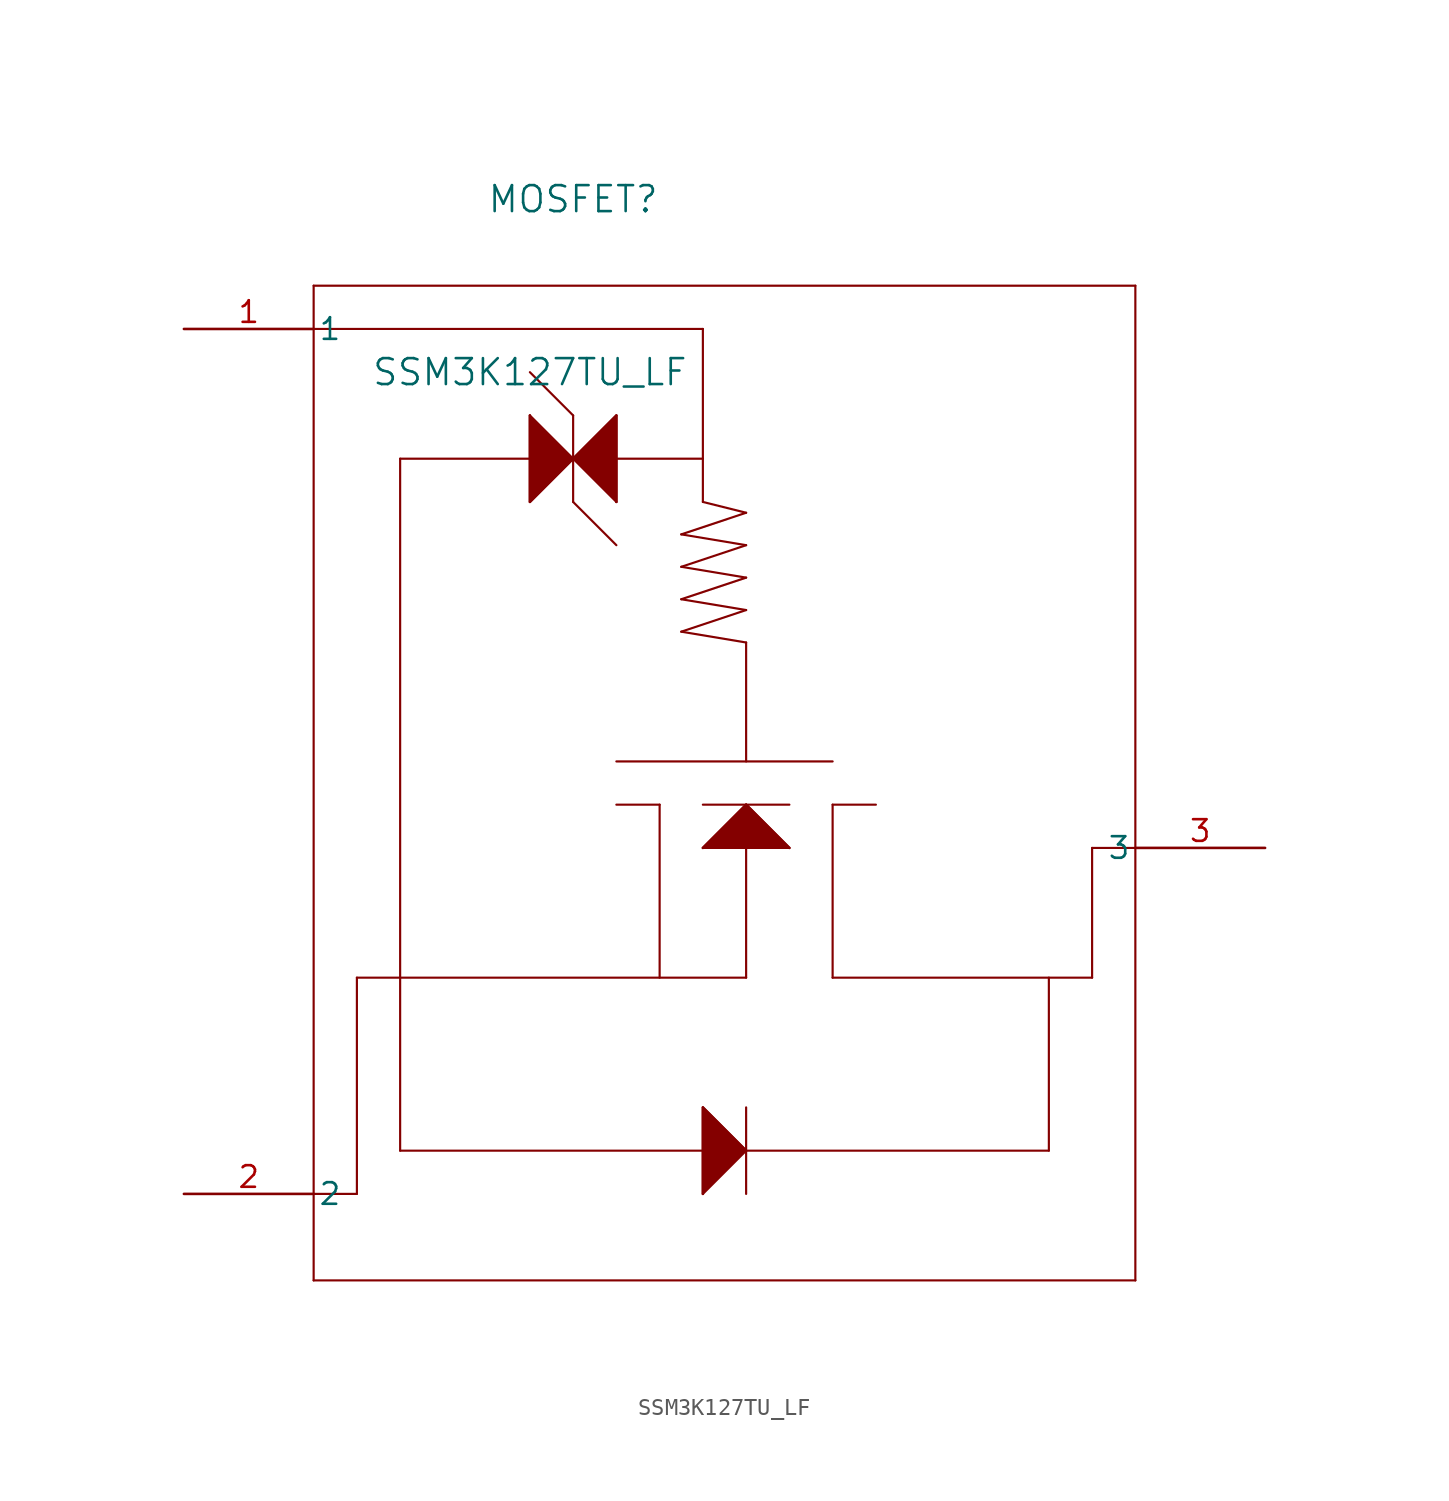
<source format=kicad_sym>
(kicad_symbol_lib
  (version 20211014)
  (generator kicad_symbol_editor)
  (symbol "SSM3K127TU_LF"
    (pin_names
      (offset 0.254))
    (property "Reference" "MOSFET"
      (at 22.86 7.62 0)
      (effects (font (size 1.524 1.524))))
    (property "Value" "SSM3K127TU_LF"
      (at 20.32 -2.54 0)
      (effects (font (size 1.524 1.524))))
    (symbol "SSM3K127TU_LF_0_1"
      (polyline (pts (xy 7.62 2.54) (xy 7.62 -55.88)) (stroke (width 0.127) (type default) (color 0 0 0 0)) (fill (type none)))
      (polyline (pts (xy 7.62 -55.88) (xy 55.88 -55.88)) (stroke (width 0.127) (type default) (color 0 0 0 0)) (fill (type none)))
      (polyline (pts (xy 55.88 -55.88) (xy 55.88 2.54)) (stroke (width 0.127) (type default) (color 0 0 0 0)) (fill (type none)))
      (polyline (pts (xy 55.88 2.54) (xy 7.62 2.54)) (stroke (width 0.127) (type default) (color 0 0 0 0)) (fill (type none)))
      (polyline (pts (xy 7.62 0) (xy 30.48 0)) (stroke (width 0.127) (type default) (color 0 0 0 0)) (fill (type none)))
      (polyline (pts (xy 12.7 -7.62) (xy 30.48 -7.62)) (stroke (width 0.127) (type default) (color 0 0 0 0)) (fill (type none)))
      (polyline (pts (xy 25.4 -25.4) (xy 38.1 -25.4)) (stroke (width 0.127) (type default) (color 0 0 0 0)) (fill (type none)))
      (polyline (pts (xy 25.4 -5.08) (xy 25.4 -10.16)) (stroke (width 0.127) (type default) (color 0 0 0 0)) (fill (type none)))
      (polyline (pts (xy 25.4 -10.16) (xy 22.86 -7.62)) (stroke (width 0.127) (type default) (color 0 0 0 0)) (fill (type none)))
      (polyline (pts (xy 25.4 -5.08) (xy 22.86 -7.62)) (stroke (width 0.127) (type default) (color 0 0 0 0)) (fill (type none)))
      (polyline (pts (xy 22.86 -7.62) (xy 20.32 -5.08)) (stroke (width 0.127) (type default) (color 0 0 0 0)) (fill (type none)))
      (polyline (pts (xy 33.02 -27.94) (xy 33.02 -38.1)) (stroke (width 0.127) (type default) (color 0 0 0 0)) (fill (type none)))
      (polyline (pts (xy 30.48 -30.48) (xy 35.56 -30.48)) (stroke (width 0.127) (type default) (color 0 0 0 0)) (fill (type none)))
      (polyline (pts (xy 30.48 -30.48) (xy 33.02 -27.94)) (stroke (width 0.127) (type default) (color 0 0 0 0)) (fill (type none)))
      (polyline (pts (xy 33.02 -27.94) (xy 35.56 -30.48)) (stroke (width 0.127) (type default) (color 0 0 0 0)) (fill (type none)))
      (polyline (pts (xy 12.7 -48.26) (xy 50.8 -48.26)) (stroke (width 0.127) (type default) (color 0 0 0 0)) (fill (type none)))
      (polyline (pts (xy 30.48 -45.72) (xy 30.48 -50.8)) (stroke (width 0.127) (type default) (color 0 0 0 0)) (fill (type none)))
      (polyline (pts (xy 30.48 -50.8) (xy 33.02 -48.26)) (stroke (width 0.127) (type default) (color 0 0 0 0)) (fill (type none)))
      (polyline (pts (xy 12.7 -7.62) (xy 12.7 -48.26)) (stroke (width 0.127) (type default) (color 0 0 0 0)) (fill (type none)))
      (polyline (pts (xy 12.7 -38.1) (xy 10.16 -38.1)) (stroke (width 0.127) (type default) (color 0 0 0 0)) (fill (type none)))
      (polyline (pts (xy 10.16 -38.1) (xy 10.16 -50.8)) (stroke (width 0.127) (type default) (color 0 0 0 0)) (fill (type none)))
      (polyline (pts (xy 10.16 -50.8) (xy 7.62 -50.8)) (stroke (width 0.127) (type default) (color 0 0 0 0)) (fill (type none)))
      (polyline (pts (xy 30.48 -45.72) (xy 33.02 -48.26)) (stroke (width 0.127) (type default) (color 0 0 0 0)) (fill (type none)))
      (polyline (pts (xy 33.02 -45.72) (xy 33.02 -50.8)) (stroke (width 0.127) (type default) (color 0 0 0 0)) (fill (type none)))
      (polyline (pts (xy 30.48 -50.8) (xy 30.48 -45.72) (xy 33.02 -48.26)) (stroke (width 0) (type default) (color 0 0 0 0)) (fill (type outline)))
      (polyline (pts (xy 30.48 -30.48) (xy 33.02 -27.94) (xy 35.56 -30.48)) (stroke (width 0) (type default) (color 0 0 0 0)) (fill (type outline)))
      (polyline (pts (xy 20.32 -5.08) (xy 20.32 -10.16)) (stroke (width 0.127) (type default) (color 0 0 0 0)) (fill (type none)))
      (polyline (pts (xy 20.32 -10.16) (xy 22.86 -7.62)) (stroke (width 0.127) (type default) (color 0 0 0 0)) (fill (type none)))
      (polyline (pts (xy 38.1 -38.1) (xy 38.1 -27.94)) (stroke (width 0.127) (type default) (color 0 0 0 0)) (fill (type none)))
      (polyline (pts (xy 38.1 -38.1) (xy 53.34 -38.1)) (stroke (width 0.127) (type default) (color 0 0 0 0)) (fill (type none)))
      (polyline (pts (xy 53.34 -30.48) (xy 55.88 -30.48)) (stroke (width 0.127) (type default) (color 0 0 0 0)) (fill (type none)))
      (polyline (pts (xy 53.34 -38.1) (xy 53.34 -30.48)) (stroke (width 0.127) (type default) (color 0 0 0 0)) (fill (type none)))
      (polyline (pts (xy 50.8 -48.26) (xy 50.8 -38.1)) (stroke (width 0.127) (type default) (color 0 0 0 0)) (fill (type none)))
      (polyline (pts (xy 22.86 -10.16) (xy 22.86 -5.08)) (stroke (width 0.127) (type default) (color 0 0 0 0)) (fill (type none)))
      (polyline (pts (xy 38.1 -27.94) (xy 40.64 -27.94)) (stroke (width 0.127) (type default) (color 0 0 0 0)) (fill (type none)))
      (polyline (pts (xy 22.86 -5.08) (xy 20.32 -2.54)) (stroke (width 0.127) (type default) (color 0 0 0 0)) (fill (type none)))
      (polyline (pts (xy 22.86 -10.16) (xy 25.4 -12.7)) (stroke (width 0.127) (type default) (color 0 0 0 0)) (fill (type none)))
      (polyline (pts (xy 20.32 -5.08) (xy 20.32 -10.16) (xy 22.86 -7.62)) (stroke (width 0) (type default) (color 0 0 0 0)) (fill (type outline)))
      (polyline (pts (xy 22.86 -7.62) (xy 25.4 -5.08) (xy 25.4 -10.16)) (stroke (width 0) (type default) (color 0 0 0 0)) (fill (type outline)))
      (polyline (pts (xy 33.02 -38.1) (xy 12.7 -38.1)) (stroke (width 0.127) (type default) (color 0 0 0 0)) (fill (type none)))
      (polyline (pts (xy 25.4 -27.94) (xy 27.94 -27.94)) (stroke (width 0.127) (type default) (color 0 0 0 0)) (fill (type none)))
      (polyline (pts (xy 27.94 -27.94) (xy 27.94 -38.1)) (stroke (width 0.127) (type default) (color 0 0 0 0)) (fill (type none)))
      (polyline (pts (xy 30.48 -27.94) (xy 35.56 -27.94)) (stroke (width 0.127) (type default) (color 0 0 0 0)) (fill (type none)))
      (polyline (pts (xy 30.48 0) (xy 30.48 -10.16)) (stroke (width 0.127) (type default) (color 0 0 0 0)) (fill (type none)))
      (polyline (pts (xy 30.48 -10.16) (xy 33.02 -10.795)) (stroke (width 0.127) (type default) (color 0 0 0 0)) (fill (type none)))
      (polyline (pts (xy 33.02 -10.795) (xy 29.21 -12.065)) (stroke (width 0.127) (type default) (color 0 0 0 0)) (fill (type none)))
      (polyline (pts (xy 29.21 -12.065) (xy 33.02 -12.7)) (stroke (width 0.127) (type default) (color 0 0 0 0)) (fill (type none)))
      (polyline (pts (xy 33.02 -12.7) (xy 29.21 -13.97)) (stroke (width 0.127) (type default) (color 0 0 0 0)) (fill (type none)))
      (polyline (pts (xy 29.21 -13.97) (xy 33.02 -14.605)) (stroke (width 0.127) (type default) (color 0 0 0 0)) (fill (type none)))
      (polyline (pts (xy 33.02 -14.605) (xy 29.21 -15.875)) (stroke (width 0.127) (type default) (color 0 0 0 0)) (fill (type none)))
      (polyline (pts (xy 29.21 -15.875) (xy 33.02 -16.51)) (stroke (width 0.127) (type default) (color 0 0 0 0)) (fill (type none)))
      (polyline (pts (xy 33.02 -16.51) (xy 29.21 -17.78)) (stroke (width 0.127) (type default) (color 0 0 0 0)) (fill (type none)))
      (polyline (pts (xy 29.21 -17.78) (xy 33.02 -18.415)) (stroke (width 0.127) (type default) (color 0 0 0 0)) (fill (type none)))
      (polyline (pts (xy 33.02 -18.415) (xy 33.02 -25.4)) (stroke (width 0.127) (type default) (color 0 0 0 0)) (fill (type none)))
      (pin unspecified line (at 0 0 0) (length 7.62) (name "1" (effects (font (size 1.27 1.27)))) (number "1" (effects (font (size 1.27 1.27)))))
      (pin unspecified line (at 0 -50.8 0) (length 7.62) (name "2" (effects (font (size 1.27 1.27)))) (number "2" (effects (font (size 1.27 1.27)))))
      (pin unspecified line (at 63.5 -30.48 180) (length 7.62) (name "3" (effects (font (size 1.27 1.27)))) (number "3" (effects (font (size 1.27 1.27))))))))
</source>
